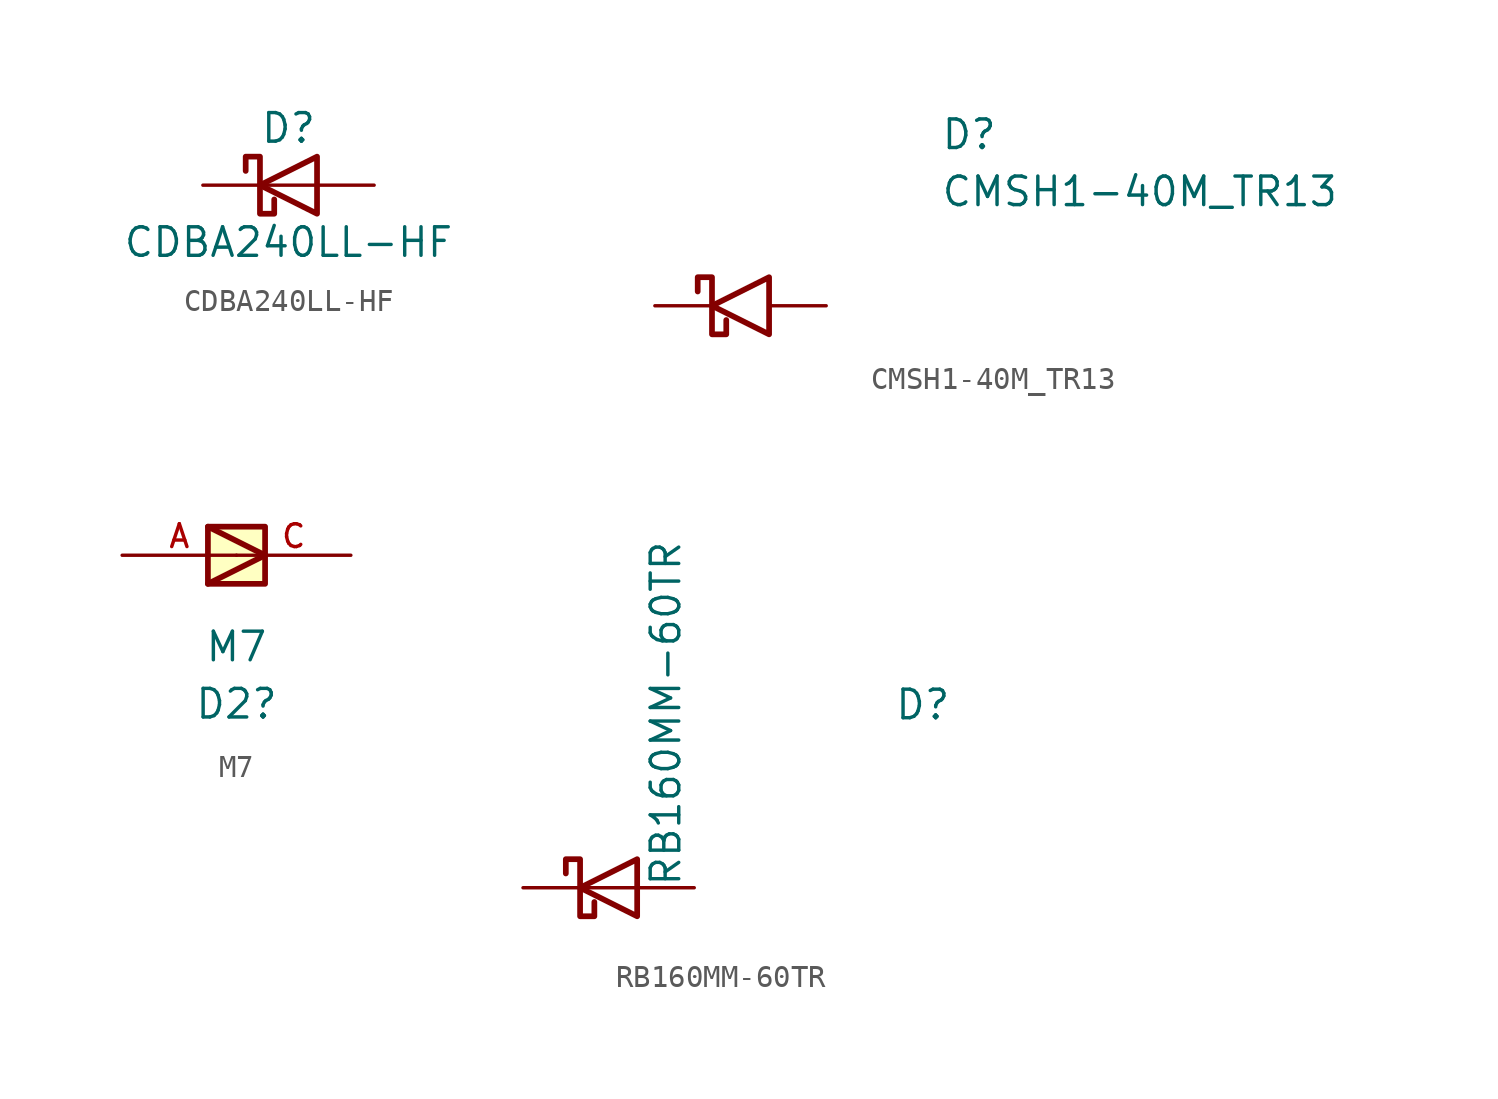
<source format=kicad_sym>
(kicad_symbol_lib
  (version 20231120)
  (generator "kicad_symbol_editor")
  (generator_version "8.0")
  (symbol "CDBA240LL-HF"
    (pin_numbers hide)
    (pin_names
      (offset 1.016) hide)
    (property "Reference" "D"
      (at 0 2.54 0)
      (effects (font (size 1.27 1.27))))
    (property "Value" "CDBA240LL-HF"
      (at 0 -2.54 0)
      (effects (font (size 1.27 1.27))))
    (symbol "CDBA240LL-HF_0_1"
      (polyline (pts (xy 1.27 0) (xy -1.27 0)) (stroke (width 0) (type default)) (fill (type none)))
      (polyline (pts (xy 1.27 1.27) (xy 1.27 -1.27) (xy -1.27 0) (xy 1.27 1.27)) (stroke (width 0.254) (type default)) (fill (type none)))
      (polyline (pts (xy -1.905 0.635) (xy -1.905 1.27) (xy -1.27 1.27) (xy -1.27 -1.27) (xy -0.635 -1.27) (xy -0.635 -0.635)) (stroke (width 0.254) (type default)) (fill (type none))))
    (symbol "CDBA240LL-HF_1_1"
      (pin passive line (at -3.81 0 0) (length 2.54) (name "K" (effects (font (size 1.27 1.27)))) (number "1" (effects (font (size 1.27 1.27)))))
      (pin passive line (at 3.81 0 180) (length 2.54) (name "A" (effects (font (size 1.27 1.27)))) (number "2" (effects (font (size 1.27 1.27)))))))
  (symbol "CMSH1-40M_TR13"
    (pin_names
      (offset 0.762))
    (property "Reference" "D"
      (at 12.7 8.89 0)
      (effects (font (size 1.27 1.27)) (justify left)))
    (property "Value" "CMSH1-40M_TR13"
      (at 12.7 6.35 0)
      (effects (font (size 1.27 1.27)) (justify left)))
    (symbol "CMSH1-40M_TR13_0_1"
      (polyline (pts (xy 5.08 2.54) (xy 5.08 0) (xy 2.54 1.27) (xy 5.08 2.54)) (stroke (width 0.254) (type default)) (fill (type none)))
      (polyline (pts (xy 1.905 1.905) (xy 1.905 2.54) (xy 2.54 2.54) (xy 2.54 0) (xy 3.175 0) (xy 3.175 0.635)) (stroke (width 0.254) (type default)) (fill (type none))))
    (symbol "CMSH1-40M_TR13_1_1"
      (pin passive line (at 0 1.27 0) (length 2.54) (name "" (effects (font (size 1.27 1.27)))) (number "" (effects (font (size 1.27 1.27)))))
      (pin passive line (at 7.62 1.27 180) (length 2.54) (name "" (effects (font (size 1.27 1.27)))) (number "" (effects (font (size 1.27 1.27)))))))
  (symbol "M7"
    (pin_names
      (offset 1.016))
    (property "Reference" "D2"
      (at 0 -6.604 0)
      (effects (font (size 1.27 1.27))))
    (property "Value" "M7"
      (at 0 -4.064 0)
      (effects (font (size 1.27 1.27))))
    (symbol "M7_0_0"
      (rectangle (start -1.27 -1.27) (end 1.27 1.27) (stroke (width 0.254) (type default)) (fill (type background)))
      (polyline (pts (xy -1.27 -1.27) (xy 1.27 0)) (stroke (width 0.254) (type default)) (fill (type none)))
      (polyline (pts (xy 1.27 0) (xy -1.27 1.27)) (stroke (width 0.254) (type default)) (fill (type none)))
      (pin passive line (at -5.08 0 0) (length 5.08) (name "~" (effects (font (size 1.016 1.016)))) (number "A" (effects (font (size 1.016 1.016)))))
      (pin passive line (at 5.08 0 180) (length 5.08) (name "~" (effects (font (size 1.016 1.016)))) (number "C" (effects (font (size 1.016 1.016)))))))
  (symbol "RB160MM-60TR"
    (pin_numbers hide)
    (pin_names hide)
    (property "Reference" "D"
      (at 12.7 8.89 0)
      (effects (font (size 1.27 1.27)) (justify left top)))
    (property "Value" "RB160MM-60TR"
      (at 2.54 0 90)
      (effects (font (size 1.27 1.27)) (justify left)))
    (symbol "RB160MM-60TR_0_1"
      (polyline (pts (xy 1.27 0) (xy -1.27 0)) (stroke (width 0) (type default)) (fill (type none)))
      (polyline (pts (xy 1.27 1.27) (xy 1.27 -1.27) (xy -1.27 0) (xy 1.27 1.27)) (stroke (width 0.254) (type default)) (fill (type none)))
      (polyline (pts (xy -1.905 0.635) (xy -1.905 1.27) (xy -1.27 1.27) (xy -1.27 -1.27) (xy -0.635 -1.27) (xy -0.635 -0.635)) (stroke (width 0.254) (type default)) (fill (type none))))
    (symbol "RB160MM-60TR_1_1"
      (pin passive line (at -3.81 0 0) (length 2.54) (name "C" (effects (font (size 1.27 1.27)))) (number "1" (effects (font (size 1.27 1.27)))))
      (pin passive line (at 3.81 0 180) (length 2.54) (name "A" (effects (font (size 1.27 1.27)))) (number "2" (effects (font (size 1.27 1.27))))))))
</source>
